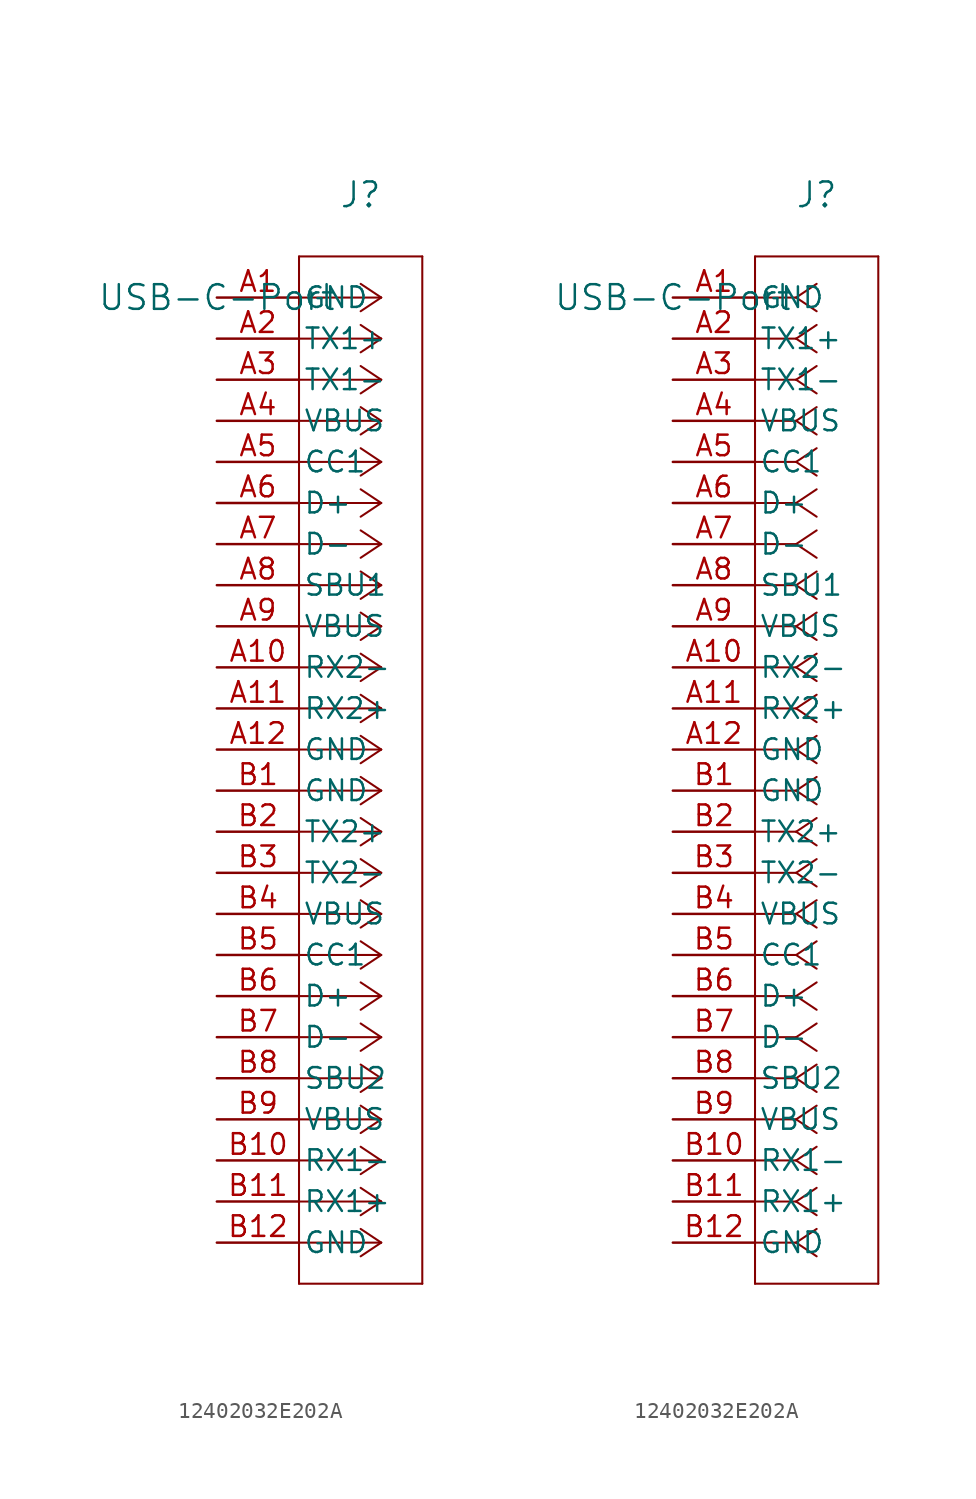
<source format=kicad_sym>
(kicad_symbol_lib
  (version 20241209)
  (generator "kicad_symbol_editor")
  (generator_version "9.0")
  (symbol "12402032E202A"
    (pin_names
      (offset 0.254))
    (property "Reference" "J"
      (at 8.89 6.35 0)
      (effects (font (size 1.524 1.524))))
    (property "Value" "USB-C-Port"
      (at 0 0 0)
      (effects (font (size 1.524 1.524))))
    (symbol "12402032E202A_1_1"
      (polyline (pts (xy 5.08 2.54) (xy 5.08 -60.96)) (stroke (width 0.127) (type default)) (fill (type none)))
      (polyline (pts (xy 5.08 -60.96) (xy 12.7 -60.96)) (stroke (width 0.127) (type default)) (fill (type none)))
      (polyline (pts (xy 10.16 0) (xy 5.08 0)) (stroke (width 0.127) (type default)) (fill (type none)))
      (polyline (pts (xy 10.16 0) (xy 8.89 0.847)) (stroke (width 0.127) (type default)) (fill (type none)))
      (polyline (pts (xy 10.16 0) (xy 8.89 -0.847)) (stroke (width 0.127) (type default)) (fill (type none)))
      (polyline (pts (xy 10.16 -2.54) (xy 5.08 -2.54)) (stroke (width 0.127) (type default)) (fill (type none)))
      (polyline (pts (xy 10.16 -2.54) (xy 8.89 -1.693)) (stroke (width 0.127) (type default)) (fill (type none)))
      (polyline (pts (xy 10.16 -2.54) (xy 8.89 -3.387)) (stroke (width 0.127) (type default)) (fill (type none)))
      (polyline (pts (xy 10.16 -5.08) (xy 5.08 -5.08)) (stroke (width 0.127) (type default)) (fill (type none)))
      (polyline (pts (xy 10.16 -5.08) (xy 8.89 -4.233)) (stroke (width 0.127) (type default)) (fill (type none)))
      (polyline (pts (xy 10.16 -5.08) (xy 8.89 -5.927)) (stroke (width 0.127) (type default)) (fill (type none)))
      (polyline (pts (xy 10.16 -7.62) (xy 5.08 -7.62)) (stroke (width 0.127) (type default)) (fill (type none)))
      (polyline (pts (xy 10.16 -7.62) (xy 8.89 -6.773)) (stroke (width 0.127) (type default)) (fill (type none)))
      (polyline (pts (xy 10.16 -7.62) (xy 8.89 -8.467)) (stroke (width 0.127) (type default)) (fill (type none)))
      (polyline (pts (xy 10.16 -10.16) (xy 5.08 -10.16)) (stroke (width 0.127) (type default)) (fill (type none)))
      (polyline (pts (xy 10.16 -10.16) (xy 8.89 -9.313)) (stroke (width 0.127) (type default)) (fill (type none)))
      (polyline (pts (xy 10.16 -10.16) (xy 8.89 -11.007)) (stroke (width 0.127) (type default)) (fill (type none)))
      (polyline (pts (xy 10.16 -12.7) (xy 5.08 -12.7)) (stroke (width 0.127) (type default)) (fill (type none)))
      (polyline (pts (xy 10.16 -12.7) (xy 8.89 -11.853)) (stroke (width 0.127) (type default)) (fill (type none)))
      (polyline (pts (xy 10.16 -12.7) (xy 8.89 -13.547)) (stroke (width 0.127) (type default)) (fill (type none)))
      (polyline (pts (xy 10.16 -15.24) (xy 5.08 -15.24)) (stroke (width 0.127) (type default)) (fill (type none)))
      (polyline (pts (xy 10.16 -15.24) (xy 8.89 -14.393)) (stroke (width 0.127) (type default)) (fill (type none)))
      (polyline (pts (xy 10.16 -15.24) (xy 8.89 -16.087)) (stroke (width 0.127) (type default)) (fill (type none)))
      (polyline (pts (xy 10.16 -17.78) (xy 5.08 -17.78)) (stroke (width 0.127) (type default)) (fill (type none)))
      (polyline (pts (xy 10.16 -17.78) (xy 8.89 -16.933)) (stroke (width 0.127) (type default)) (fill (type none)))
      (polyline (pts (xy 10.16 -17.78) (xy 8.89 -18.627)) (stroke (width 0.127) (type default)) (fill (type none)))
      (polyline (pts (xy 10.16 -20.32) (xy 5.08 -20.32)) (stroke (width 0.127) (type default)) (fill (type none)))
      (polyline (pts (xy 10.16 -20.32) (xy 8.89 -19.473)) (stroke (width 0.127) (type default)) (fill (type none)))
      (polyline (pts (xy 10.16 -20.32) (xy 8.89 -21.167)) (stroke (width 0.127) (type default)) (fill (type none)))
      (polyline (pts (xy 10.16 -22.86) (xy 5.08 -22.86)) (stroke (width 0.127) (type default)) (fill (type none)))
      (polyline (pts (xy 10.16 -22.86) (xy 8.89 -22.013)) (stroke (width 0.127) (type default)) (fill (type none)))
      (polyline (pts (xy 10.16 -22.86) (xy 8.89 -23.707)) (stroke (width 0.127) (type default)) (fill (type none)))
      (polyline (pts (xy 10.16 -25.4) (xy 5.08 -25.4)) (stroke (width 0.127) (type default)) (fill (type none)))
      (polyline (pts (xy 10.16 -25.4) (xy 8.89 -24.553)) (stroke (width 0.127) (type default)) (fill (type none)))
      (polyline (pts (xy 10.16 -25.4) (xy 8.89 -26.247)) (stroke (width 0.127) (type default)) (fill (type none)))
      (polyline (pts (xy 10.16 -27.94) (xy 5.08 -27.94)) (stroke (width 0.127) (type default)) (fill (type none)))
      (polyline (pts (xy 10.16 -27.94) (xy 8.89 -27.093)) (stroke (width 0.127) (type default)) (fill (type none)))
      (polyline (pts (xy 10.16 -27.94) (xy 8.89 -28.787)) (stroke (width 0.127) (type default)) (fill (type none)))
      (polyline (pts (xy 10.16 -30.48) (xy 5.08 -30.48)) (stroke (width 0.127) (type default)) (fill (type none)))
      (polyline (pts (xy 10.16 -30.48) (xy 8.89 -29.633)) (stroke (width 0.127) (type default)) (fill (type none)))
      (polyline (pts (xy 10.16 -30.48) (xy 8.89 -31.327)) (stroke (width 0.127) (type default)) (fill (type none)))
      (polyline (pts (xy 10.16 -33.02) (xy 5.08 -33.02)) (stroke (width 0.127) (type default)) (fill (type none)))
      (polyline (pts (xy 10.16 -33.02) (xy 8.89 -32.173)) (stroke (width 0.127) (type default)) (fill (type none)))
      (polyline (pts (xy 10.16 -33.02) (xy 8.89 -33.867)) (stroke (width 0.127) (type default)) (fill (type none)))
      (polyline (pts (xy 10.16 -35.56) (xy 5.08 -35.56)) (stroke (width 0.127) (type default)) (fill (type none)))
      (polyline (pts (xy 10.16 -35.56) (xy 8.89 -34.713)) (stroke (width 0.127) (type default)) (fill (type none)))
      (polyline (pts (xy 10.16 -35.56) (xy 8.89 -36.407)) (stroke (width 0.127) (type default)) (fill (type none)))
      (polyline (pts (xy 10.16 -38.1) (xy 5.08 -38.1)) (stroke (width 0.127) (type default)) (fill (type none)))
      (polyline (pts (xy 10.16 -38.1) (xy 8.89 -37.253)) (stroke (width 0.127) (type default)) (fill (type none)))
      (polyline (pts (xy 10.16 -38.1) (xy 8.89 -38.947)) (stroke (width 0.127) (type default)) (fill (type none)))
      (polyline (pts (xy 10.16 -40.64) (xy 5.08 -40.64)) (stroke (width 0.127) (type default)) (fill (type none)))
      (polyline (pts (xy 10.16 -40.64) (xy 8.89 -39.793)) (stroke (width 0.127) (type default)) (fill (type none)))
      (polyline (pts (xy 10.16 -40.64) (xy 8.89 -41.487)) (stroke (width 0.127) (type default)) (fill (type none)))
      (polyline (pts (xy 10.16 -43.18) (xy 5.08 -43.18)) (stroke (width 0.127) (type default)) (fill (type none)))
      (polyline (pts (xy 10.16 -43.18) (xy 8.89 -42.333)) (stroke (width 0.127) (type default)) (fill (type none)))
      (polyline (pts (xy 10.16 -43.18) (xy 8.89 -44.027)) (stroke (width 0.127) (type default)) (fill (type none)))
      (polyline (pts (xy 10.16 -45.72) (xy 5.08 -45.72)) (stroke (width 0.127) (type default)) (fill (type none)))
      (polyline (pts (xy 10.16 -45.72) (xy 8.89 -44.873)) (stroke (width 0.127) (type default)) (fill (type none)))
      (polyline (pts (xy 10.16 -45.72) (xy 8.89 -46.567)) (stroke (width 0.127) (type default)) (fill (type none)))
      (polyline (pts (xy 10.16 -48.26) (xy 5.08 -48.26)) (stroke (width 0.127) (type default)) (fill (type none)))
      (polyline (pts (xy 10.16 -48.26) (xy 8.89 -47.413)) (stroke (width 0.127) (type default)) (fill (type none)))
      (polyline (pts (xy 10.16 -48.26) (xy 8.89 -49.107)) (stroke (width 0.127) (type default)) (fill (type none)))
      (polyline (pts (xy 10.16 -50.8) (xy 5.08 -50.8)) (stroke (width 0.127) (type default)) (fill (type none)))
      (polyline (pts (xy 10.16 -50.8) (xy 8.89 -49.953)) (stroke (width 0.127) (type default)) (fill (type none)))
      (polyline (pts (xy 10.16 -50.8) (xy 8.89 -51.647)) (stroke (width 0.127) (type default)) (fill (type none)))
      (polyline (pts (xy 10.16 -53.34) (xy 5.08 -53.34)) (stroke (width 0.127) (type default)) (fill (type none)))
      (polyline (pts (xy 10.16 -53.34) (xy 8.89 -52.493)) (stroke (width 0.127) (type default)) (fill (type none)))
      (polyline (pts (xy 10.16 -53.34) (xy 8.89 -54.187)) (stroke (width 0.127) (type default)) (fill (type none)))
      (polyline (pts (xy 10.16 -55.88) (xy 5.08 -55.88)) (stroke (width 0.127) (type default)) (fill (type none)))
      (polyline (pts (xy 10.16 -55.88) (xy 8.89 -55.033)) (stroke (width 0.127) (type default)) (fill (type none)))
      (polyline (pts (xy 10.16 -55.88) (xy 8.89 -56.727)) (stroke (width 0.127) (type default)) (fill (type none)))
      (polyline (pts (xy 10.16 -58.42) (xy 5.08 -58.42)) (stroke (width 0.127) (type default)) (fill (type none)))
      (polyline (pts (xy 10.16 -58.42) (xy 8.89 -57.573)) (stroke (width 0.127) (type default)) (fill (type none)))
      (polyline (pts (xy 10.16 -58.42) (xy 8.89 -59.267)) (stroke (width 0.127) (type default)) (fill (type none)))
      (polyline (pts (xy 12.7 2.54) (xy 5.08 2.54)) (stroke (width 0.127) (type default)) (fill (type none)))
      (polyline (pts (xy 12.7 -60.96) (xy 12.7 2.54)) (stroke (width 0.127) (type default)) (fill (type none)))
      (pin power_out line (at 0 0 0) (length 5.08) (name "GND" (effects (font (size 1.27 1.27)))) (number "A1" (effects (font (size 1.27 1.27)))))
      (pin bidirectional line (at 0 -2.54 0) (length 5.08) (name "TX1+" (effects (font (size 1.27 1.27)))) (number "A2" (effects (font (size 1.27 1.27)))))
      (pin bidirectional line (at 0 -5.08 0) (length 5.08) (name "TX1-" (effects (font (size 1.27 1.27)))) (number "A3" (effects (font (size 1.27 1.27)))))
      (pin power_in line (at 0 -7.62 0) (length 5.08) (name "VBUS" (effects (font (size 1.27 1.27)))) (number "A4" (effects (font (size 1.27 1.27)))))
      (pin bidirectional line (at 0 -10.16 0) (length 5.08) (name "CC1" (effects (font (size 1.27 1.27)))) (number "A5" (effects (font (size 1.27 1.27)))))
      (pin unspecified line (at 0 -12.7 0) (length 5.08) (name "D+" (effects (font (size 1.27 1.27)))) (number "A6" (effects (font (size 1.27 1.27)))))
      (pin bidirectional line (at 0 -15.24 0) (length 5.08) (name "D-" (effects (font (size 1.27 1.27)))) (number "A7" (effects (font (size 1.27 1.27)))))
      (pin bidirectional line (at 0 -17.78 0) (length 5.08) (name "SBU1" (effects (font (size 1.27 1.27)))) (number "A8" (effects (font (size 1.27 1.27)))))
      (pin power_in line (at 0 -20.32 0) (length 5.08) (name "VBUS" (effects (font (size 1.27 1.27)))) (number "A9" (effects (font (size 1.27 1.27)))))
      (pin bidirectional line (at 0 -22.86 0) (length 5.08) (name "RX2-" (effects (font (size 1.27 1.27)))) (number "A10" (effects (font (size 1.27 1.27)))))
      (pin bidirectional line (at 0 -25.4 0) (length 5.08) (name "RX2+" (effects (font (size 1.27 1.27)))) (number "A11" (effects (font (size 1.27 1.27)))))
      (pin power_out line (at 0 -27.94 0) (length 5.08) (name "GND" (effects (font (size 1.27 1.27)))) (number "A12" (effects (font (size 1.27 1.27)))))
      (pin power_out line (at 0 -30.48 0) (length 5.08) (name "GND" (effects (font (size 1.27 1.27)))) (number "B1" (effects (font (size 1.27 1.27)))))
      (pin bidirectional line (at 0 -33.02 0) (length 5.08) (name "TX2+" (effects (font (size 1.27 1.27)))) (number "B2" (effects (font (size 1.27 1.27)))))
      (pin bidirectional line (at 0 -35.56 0) (length 5.08) (name "TX2-" (effects (font (size 1.27 1.27)))) (number "B3" (effects (font (size 1.27 1.27)))))
      (pin power_in line (at 0 -38.1 0) (length 5.08) (name "VBUS" (effects (font (size 1.27 1.27)))) (number "B4" (effects (font (size 1.27 1.27)))))
      (pin bidirectional line (at 0 -40.64 0) (length 5.08) (name "CC1" (effects (font (size 1.27 1.27)))) (number "B5" (effects (font (size 1.27 1.27)))))
      (pin unspecified line (at 0 -43.18 0) (length 5.08) (name "D+" (effects (font (size 1.27 1.27)))) (number "B6" (effects (font (size 1.27 1.27)))))
      (pin bidirectional line (at 0 -45.72 0) (length 5.08) (name "D-" (effects (font (size 1.27 1.27)))) (number "B7" (effects (font (size 1.27 1.27)))))
      (pin bidirectional line (at 0 -48.26 0) (length 5.08) (name "SBU2" (effects (font (size 1.27 1.27)))) (number "B8" (effects (font (size 1.27 1.27)))))
      (pin power_in line (at 0 -50.8 0) (length 5.08) (name "VBUS" (effects (font (size 1.27 1.27)))) (number "B9" (effects (font (size 1.27 1.27)))))
      (pin bidirectional line (at 0 -53.34 0) (length 5.08) (name "RX1-" (effects (font (size 1.27 1.27)))) (number "B10" (effects (font (size 1.27 1.27)))))
      (pin bidirectional line (at 0 -55.88 0) (length 5.08) (name "RX1+" (effects (font (size 1.27 1.27)))) (number "B11" (effects (font (size 1.27 1.27)))))
      (pin power_out line (at 0 -58.42 0) (length 5.08) (name "GND" (effects (font (size 1.27 1.27)))) (number "B12" (effects (font (size 1.27 1.27))))))
    (symbol "12402032E202A_1_2"
      (polyline (pts (xy 5.08 2.54) (xy 5.08 -60.96)) (stroke (width 0.127) (type default)) (fill (type none)))
      (polyline (pts (xy 5.08 -60.96) (xy 12.7 -60.96)) (stroke (width 0.127) (type default)) (fill (type none)))
      (polyline (pts (xy 7.62 0) (xy 5.08 0)) (stroke (width 0.127) (type default)) (fill (type none)))
      (polyline (pts (xy 7.62 0) (xy 8.89 0.847)) (stroke (width 0.127) (type default)) (fill (type none)))
      (polyline (pts (xy 7.62 0) (xy 8.89 -0.847)) (stroke (width 0.127) (type default)) (fill (type none)))
      (polyline (pts (xy 7.62 -2.54) (xy 5.08 -2.54)) (stroke (width 0.127) (type default)) (fill (type none)))
      (polyline (pts (xy 7.62 -2.54) (xy 8.89 -1.693)) (stroke (width 0.127) (type default)) (fill (type none)))
      (polyline (pts (xy 7.62 -2.54) (xy 8.89 -3.387)) (stroke (width 0.127) (type default)) (fill (type none)))
      (polyline (pts (xy 7.62 -5.08) (xy 5.08 -5.08)) (stroke (width 0.127) (type default)) (fill (type none)))
      (polyline (pts (xy 7.62 -5.08) (xy 8.89 -4.233)) (stroke (width 0.127) (type default)) (fill (type none)))
      (polyline (pts (xy 7.62 -5.08) (xy 8.89 -5.927)) (stroke (width 0.127) (type default)) (fill (type none)))
      (polyline (pts (xy 7.62 -7.62) (xy 5.08 -7.62)) (stroke (width 0.127) (type default)) (fill (type none)))
      (polyline (pts (xy 7.62 -7.62) (xy 8.89 -6.773)) (stroke (width 0.127) (type default)) (fill (type none)))
      (polyline (pts (xy 7.62 -7.62) (xy 8.89 -8.467)) (stroke (width 0.127) (type default)) (fill (type none)))
      (polyline (pts (xy 7.62 -10.16) (xy 5.08 -10.16)) (stroke (width 0.127) (type default)) (fill (type none)))
      (polyline (pts (xy 7.62 -10.16) (xy 8.89 -9.313)) (stroke (width 0.127) (type default)) (fill (type none)))
      (polyline (pts (xy 7.62 -10.16) (xy 8.89 -11.007)) (stroke (width 0.127) (type default)) (fill (type none)))
      (polyline (pts (xy 7.62 -12.7) (xy 5.08 -12.7)) (stroke (width 0.127) (type default)) (fill (type none)))
      (polyline (pts (xy 7.62 -12.7) (xy 8.89 -11.853)) (stroke (width 0.127) (type default)) (fill (type none)))
      (polyline (pts (xy 7.62 -12.7) (xy 8.89 -13.547)) (stroke (width 0.127) (type default)) (fill (type none)))
      (polyline (pts (xy 7.62 -15.24) (xy 5.08 -15.24)) (stroke (width 0.127) (type default)) (fill (type none)))
      (polyline (pts (xy 7.62 -15.24) (xy 8.89 -14.393)) (stroke (width 0.127) (type default)) (fill (type none)))
      (polyline (pts (xy 7.62 -15.24) (xy 8.89 -16.087)) (stroke (width 0.127) (type default)) (fill (type none)))
      (polyline (pts (xy 7.62 -17.78) (xy 5.08 -17.78)) (stroke (width 0.127) (type default)) (fill (type none)))
      (polyline (pts (xy 7.62 -17.78) (xy 8.89 -16.933)) (stroke (width 0.127) (type default)) (fill (type none)))
      (polyline (pts (xy 7.62 -17.78) (xy 8.89 -18.627)) (stroke (width 0.127) (type default)) (fill (type none)))
      (polyline (pts (xy 7.62 -20.32) (xy 5.08 -20.32)) (stroke (width 0.127) (type default)) (fill (type none)))
      (polyline (pts (xy 7.62 -20.32) (xy 8.89 -19.473)) (stroke (width 0.127) (type default)) (fill (type none)))
      (polyline (pts (xy 7.62 -20.32) (xy 8.89 -21.167)) (stroke (width 0.127) (type default)) (fill (type none)))
      (polyline (pts (xy 7.62 -22.86) (xy 5.08 -22.86)) (stroke (width 0.127) (type default)) (fill (type none)))
      (polyline (pts (xy 7.62 -22.86) (xy 8.89 -22.013)) (stroke (width 0.127) (type default)) (fill (type none)))
      (polyline (pts (xy 7.62 -22.86) (xy 8.89 -23.707)) (stroke (width 0.127) (type default)) (fill (type none)))
      (polyline (pts (xy 7.62 -25.4) (xy 5.08 -25.4)) (stroke (width 0.127) (type default)) (fill (type none)))
      (polyline (pts (xy 7.62 -25.4) (xy 8.89 -24.553)) (stroke (width 0.127) (type default)) (fill (type none)))
      (polyline (pts (xy 7.62 -25.4) (xy 8.89 -26.247)) (stroke (width 0.127) (type default)) (fill (type none)))
      (polyline (pts (xy 7.62 -27.94) (xy 5.08 -27.94)) (stroke (width 0.127) (type default)) (fill (type none)))
      (polyline (pts (xy 7.62 -27.94) (xy 8.89 -27.093)) (stroke (width 0.127) (type default)) (fill (type none)))
      (polyline (pts (xy 7.62 -27.94) (xy 8.89 -28.787)) (stroke (width 0.127) (type default)) (fill (type none)))
      (polyline (pts (xy 7.62 -30.48) (xy 5.08 -30.48)) (stroke (width 0.127) (type default)) (fill (type none)))
      (polyline (pts (xy 7.62 -30.48) (xy 8.89 -29.633)) (stroke (width 0.127) (type default)) (fill (type none)))
      (polyline (pts (xy 7.62 -30.48) (xy 8.89 -31.327)) (stroke (width 0.127) (type default)) (fill (type none)))
      (polyline (pts (xy 7.62 -33.02) (xy 5.08 -33.02)) (stroke (width 0.127) (type default)) (fill (type none)))
      (polyline (pts (xy 7.62 -33.02) (xy 8.89 -32.173)) (stroke (width 0.127) (type default)) (fill (type none)))
      (polyline (pts (xy 7.62 -33.02) (xy 8.89 -33.867)) (stroke (width 0.127) (type default)) (fill (type none)))
      (polyline (pts (xy 7.62 -35.56) (xy 5.08 -35.56)) (stroke (width 0.127) (type default)) (fill (type none)))
      (polyline (pts (xy 7.62 -35.56) (xy 8.89 -34.713)) (stroke (width 0.127) (type default)) (fill (type none)))
      (polyline (pts (xy 7.62 -35.56) (xy 8.89 -36.407)) (stroke (width 0.127) (type default)) (fill (type none)))
      (polyline (pts (xy 7.62 -38.1) (xy 5.08 -38.1)) (stroke (width 0.127) (type default)) (fill (type none)))
      (polyline (pts (xy 7.62 -38.1) (xy 8.89 -37.253)) (stroke (width 0.127) (type default)) (fill (type none)))
      (polyline (pts (xy 7.62 -38.1) (xy 8.89 -38.947)) (stroke (width 0.127) (type default)) (fill (type none)))
      (polyline (pts (xy 7.62 -40.64) (xy 5.08 -40.64)) (stroke (width 0.127) (type default)) (fill (type none)))
      (polyline (pts (xy 7.62 -40.64) (xy 8.89 -39.793)) (stroke (width 0.127) (type default)) (fill (type none)))
      (polyline (pts (xy 7.62 -40.64) (xy 8.89 -41.487)) (stroke (width 0.127) (type default)) (fill (type none)))
      (polyline (pts (xy 7.62 -43.18) (xy 5.08 -43.18)) (stroke (width 0.127) (type default)) (fill (type none)))
      (polyline (pts (xy 7.62 -43.18) (xy 8.89 -42.333)) (stroke (width 0.127) (type default)) (fill (type none)))
      (polyline (pts (xy 7.62 -43.18) (xy 8.89 -44.027)) (stroke (width 0.127) (type default)) (fill (type none)))
      (polyline (pts (xy 7.62 -45.72) (xy 5.08 -45.72)) (stroke (width 0.127) (type default)) (fill (type none)))
      (polyline (pts (xy 7.62 -45.72) (xy 8.89 -44.873)) (stroke (width 0.127) (type default)) (fill (type none)))
      (polyline (pts (xy 7.62 -45.72) (xy 8.89 -46.567)) (stroke (width 0.127) (type default)) (fill (type none)))
      (polyline (pts (xy 7.62 -48.26) (xy 5.08 -48.26)) (stroke (width 0.127) (type default)) (fill (type none)))
      (polyline (pts (xy 7.62 -48.26) (xy 8.89 -47.413)) (stroke (width 0.127) (type default)) (fill (type none)))
      (polyline (pts (xy 7.62 -48.26) (xy 8.89 -49.107)) (stroke (width 0.127) (type default)) (fill (type none)))
      (polyline (pts (xy 7.62 -50.8) (xy 5.08 -50.8)) (stroke (width 0.127) (type default)) (fill (type none)))
      (polyline (pts (xy 7.62 -50.8) (xy 8.89 -49.953)) (stroke (width 0.127) (type default)) (fill (type none)))
      (polyline (pts (xy 7.62 -50.8) (xy 8.89 -51.647)) (stroke (width 0.127) (type default)) (fill (type none)))
      (polyline (pts (xy 7.62 -53.34) (xy 5.08 -53.34)) (stroke (width 0.127) (type default)) (fill (type none)))
      (polyline (pts (xy 7.62 -53.34) (xy 8.89 -52.493)) (stroke (width 0.127) (type default)) (fill (type none)))
      (polyline (pts (xy 7.62 -53.34) (xy 8.89 -54.187)) (stroke (width 0.127) (type default)) (fill (type none)))
      (polyline (pts (xy 7.62 -55.88) (xy 5.08 -55.88)) (stroke (width 0.127) (type default)) (fill (type none)))
      (polyline (pts (xy 7.62 -55.88) (xy 8.89 -55.033)) (stroke (width 0.127) (type default)) (fill (type none)))
      (polyline (pts (xy 7.62 -55.88) (xy 8.89 -56.727)) (stroke (width 0.127) (type default)) (fill (type none)))
      (polyline (pts (xy 7.62 -58.42) (xy 5.08 -58.42)) (stroke (width 0.127) (type default)) (fill (type none)))
      (polyline (pts (xy 7.62 -58.42) (xy 8.89 -57.573)) (stroke (width 0.127) (type default)) (fill (type none)))
      (polyline (pts (xy 7.62 -58.42) (xy 8.89 -59.267)) (stroke (width 0.127) (type default)) (fill (type none)))
      (polyline (pts (xy 12.7 2.54) (xy 5.08 2.54)) (stroke (width 0.127) (type default)) (fill (type none)))
      (polyline (pts (xy 12.7 -60.96) (xy 12.7 2.54)) (stroke (width 0.127) (type default)) (fill (type none)))
      (pin power_out line (at 0 0 0) (length 5.08) (name "GND" (effects (font (size 1.27 1.27)))) (number "A1" (effects (font (size 1.27 1.27)))))
      (pin bidirectional line (at 0 -2.54 0) (length 5.08) (name "TX1+" (effects (font (size 1.27 1.27)))) (number "A2" (effects (font (size 1.27 1.27)))))
      (pin bidirectional line (at 0 -5.08 0) (length 5.08) (name "TX1-" (effects (font (size 1.27 1.27)))) (number "A3" (effects (font (size 1.27 1.27)))))
      (pin power_in line (at 0 -7.62 0) (length 5.08) (name "VBUS" (effects (font (size 1.27 1.27)))) (number "A4" (effects (font (size 1.27 1.27)))))
      (pin bidirectional line (at 0 -10.16 0) (length 5.08) (name "CC1" (effects (font (size 1.27 1.27)))) (number "A5" (effects (font (size 1.27 1.27)))))
      (pin unspecified line (at 0 -12.7 0) (length 5.08) (name "D+" (effects (font (size 1.27 1.27)))) (number "A6" (effects (font (size 1.27 1.27)))))
      (pin bidirectional line (at 0 -15.24 0) (length 5.08) (name "D-" (effects (font (size 1.27 1.27)))) (number "A7" (effects (font (size 1.27 1.27)))))
      (pin bidirectional line (at 0 -17.78 0) (length 5.08) (name "SBU1" (effects (font (size 1.27 1.27)))) (number "A8" (effects (font (size 1.27 1.27)))))
      (pin power_in line (at 0 -20.32 0) (length 5.08) (name "VBUS" (effects (font (size 1.27 1.27)))) (number "A9" (effects (font (size 1.27 1.27)))))
      (pin bidirectional line (at 0 -22.86 0) (length 5.08) (name "RX2-" (effects (font (size 1.27 1.27)))) (number "A10" (effects (font (size 1.27 1.27)))))
      (pin bidirectional line (at 0 -25.4 0) (length 5.08) (name "RX2+" (effects (font (size 1.27 1.27)))) (number "A11" (effects (font (size 1.27 1.27)))))
      (pin power_out line (at 0 -27.94 0) (length 5.08) (name "GND" (effects (font (size 1.27 1.27)))) (number "A12" (effects (font (size 1.27 1.27)))))
      (pin power_out line (at 0 -30.48 0) (length 5.08) (name "GND" (effects (font (size 1.27 1.27)))) (number "B1" (effects (font (size 1.27 1.27)))))
      (pin bidirectional line (at 0 -33.02 0) (length 5.08) (name "TX2+" (effects (font (size 1.27 1.27)))) (number "B2" (effects (font (size 1.27 1.27)))))
      (pin bidirectional line (at 0 -35.56 0) (length 5.08) (name "TX2-" (effects (font (size 1.27 1.27)))) (number "B3" (effects (font (size 1.27 1.27)))))
      (pin power_in line (at 0 -38.1 0) (length 5.08) (name "VBUS" (effects (font (size 1.27 1.27)))) (number "B4" (effects (font (size 1.27 1.27)))))
      (pin bidirectional line (at 0 -40.64 0) (length 5.08) (name "CC1" (effects (font (size 1.27 1.27)))) (number "B5" (effects (font (size 1.27 1.27)))))
      (pin unspecified line (at 0 -43.18 0) (length 5.08) (name "D+" (effects (font (size 1.27 1.27)))) (number "B6" (effects (font (size 1.27 1.27)))))
      (pin bidirectional line (at 0 -45.72 0) (length 5.08) (name "D-" (effects (font (size 1.27 1.27)))) (number "B7" (effects (font (size 1.27 1.27)))))
      (pin bidirectional line (at 0 -48.26 0) (length 5.08) (name "SBU2" (effects (font (size 1.27 1.27)))) (number "B8" (effects (font (size 1.27 1.27)))))
      (pin power_in line (at 0 -50.8 0) (length 5.08) (name "VBUS" (effects (font (size 1.27 1.27)))) (number "B9" (effects (font (size 1.27 1.27)))))
      (pin bidirectional line (at 0 -53.34 0) (length 5.08) (name "RX1-" (effects (font (size 1.27 1.27)))) (number "B10" (effects (font (size 1.27 1.27)))))
      (pin bidirectional line (at 0 -55.88 0) (length 5.08) (name "RX1+" (effects (font (size 1.27 1.27)))) (number "B11" (effects (font (size 1.27 1.27)))))
      (pin power_out line (at 0 -58.42 0) (length 5.08) (name "GND" (effects (font (size 1.27 1.27)))) (number "B12" (effects (font (size 1.27 1.27))))))))
</source>
